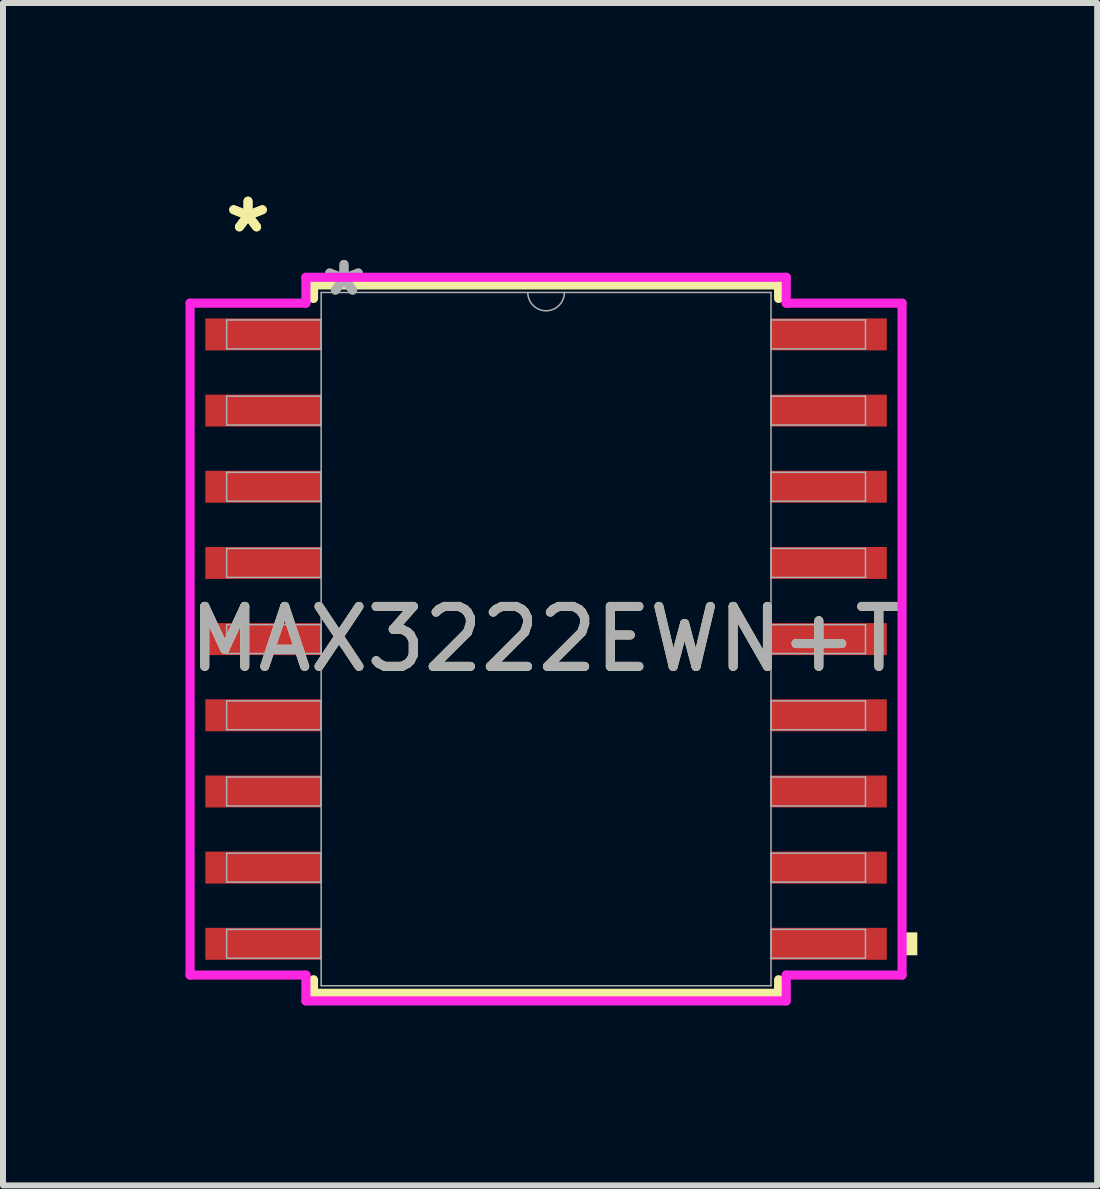
<source format=kicad_pcb>
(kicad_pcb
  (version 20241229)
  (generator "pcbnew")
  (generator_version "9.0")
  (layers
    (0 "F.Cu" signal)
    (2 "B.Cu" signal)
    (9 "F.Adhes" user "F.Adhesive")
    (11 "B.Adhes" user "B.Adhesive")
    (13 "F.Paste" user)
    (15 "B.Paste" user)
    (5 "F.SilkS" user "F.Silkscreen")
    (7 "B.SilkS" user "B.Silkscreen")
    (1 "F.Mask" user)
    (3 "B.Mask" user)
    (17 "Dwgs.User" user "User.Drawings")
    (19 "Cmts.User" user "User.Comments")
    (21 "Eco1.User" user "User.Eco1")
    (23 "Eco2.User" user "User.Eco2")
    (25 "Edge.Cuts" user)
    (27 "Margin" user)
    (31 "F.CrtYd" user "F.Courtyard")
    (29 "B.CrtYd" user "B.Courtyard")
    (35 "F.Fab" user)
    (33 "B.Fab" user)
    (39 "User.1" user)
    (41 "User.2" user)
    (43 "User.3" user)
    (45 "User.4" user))
  (footprint "MAX3222EWN+T"
    (layer "F.Cu")
    (at 6.054 7.605)
    (property "Reference" "MAX3222EWN+T" (at 0 0 0) (unlocked yes) (layer "F.SilkS") (effects (font (size 1 1) (thickness 0.15))))
    (attr smd)
    (fp_line (start -3.877 -5.905) (end -3.877 -5.679) (stroke (width 0.152) (type solid)) (layer "F.SilkS"))
    (fp_line (start -3.877 5.679) (end -3.877 5.905) (stroke (width 0.152) (type solid)) (layer "F.SilkS"))
    (fp_line (start -3.877 5.905) (end 3.877 5.905) (stroke (width 0.152) (type solid)) (layer "F.SilkS"))
    (fp_line (start 3.877 -5.905) (end -3.877 -5.905) (stroke (width 0.152) (type solid)) (layer "F.SilkS"))
    (fp_line (start 3.877 -5.679) (end 3.877 -5.905) (stroke (width 0.152) (type solid)) (layer "F.SilkS"))
    (fp_line (start 3.877 5.905) (end 3.877 5.679) (stroke (width 0.152) (type solid)) (layer "F.SilkS"))
    (fp_poly (pts (xy 6.189 4.889) (xy 6.189 5.271) (xy 5.935 5.271) (xy 5.935 4.889)) (stroke (width 0) (type solid)) (fill yes) (layer "F.SilkS"))
    (fp_line (start -5.935 -5.601) (end -4.004 -5.601) (stroke (width 0.152) (type solid)) (layer "F.CrtYd"))
    (fp_line (start -5.935 5.601) (end -5.935 -5.601) (stroke (width 0.152) (type solid)) (layer "F.CrtYd"))
    (fp_line (start -5.935 5.601) (end -4.004 5.601) (stroke (width 0.152) (type solid)) (layer "F.CrtYd"))
    (fp_line (start -4.004 -6.032) (end 4.004 -6.032) (stroke (width 0.152) (type solid)) (layer "F.CrtYd"))
    (fp_line (start -4.004 -5.601) (end -4.004 -6.032) (stroke (width 0.152) (type solid)) (layer "F.CrtYd"))
    (fp_line (start -4.004 6.032) (end -4.004 5.601) (stroke (width 0.152) (type solid)) (layer "F.CrtYd"))
    (fp_line (start 4.004 -6.032) (end 4.004 -5.601) (stroke (width 0.152) (type solid)) (layer "F.CrtYd"))
    (fp_line (start 4.004 5.601) (end 4.004 6.032) (stroke (width 0.152) (type solid)) (layer "F.CrtYd"))
    (fp_line (start 4.004 6.032) (end -4.004 6.032) (stroke (width 0.152) (type solid)) (layer "F.CrtYd"))
    (fp_line (start 5.935 -5.601) (end 4.004 -5.601) (stroke (width 0.152) (type solid)) (layer "F.CrtYd"))
    (fp_line (start 5.935 -5.601) (end 5.935 5.601) (stroke (width 0.152) (type solid)) (layer "F.CrtYd"))
    (fp_line (start 5.935 5.601) (end 4.004 5.601) (stroke (width 0.152) (type solid)) (layer "F.CrtYd"))
    (fp_line (start -5.325 -5.321) (end -5.325 -4.839) (stroke (width 0.025) (type solid)) (layer "F.Fab"))
    (fp_line (start -5.325 -4.839) (end -3.75 -4.839) (stroke (width 0.025) (type solid)) (layer "F.Fab"))
    (fp_line (start -5.325 -4.051) (end -5.325 -3.569) (stroke (width 0.025) (type solid)) (layer "F.Fab"))
    (fp_line (start -5.325 -3.569) (end -3.75 -3.569) (stroke (width 0.025) (type solid)) (layer "F.Fab"))
    (fp_line (start -5.325 -2.781) (end -5.325 -2.299) (stroke (width 0.025) (type solid)) (layer "F.Fab"))
    (fp_line (start -5.325 -2.299) (end -3.75 -2.299) (stroke (width 0.025) (type solid)) (layer "F.Fab"))
    (fp_line (start -5.325 -1.511) (end -5.325 -1.029) (stroke (width 0.025) (type solid)) (layer "F.Fab"))
    (fp_line (start -5.325 -1.029) (end -3.75 -1.029) (stroke (width 0.025) (type solid)) (layer "F.Fab"))
    (fp_line (start -5.325 -0.241) (end -5.325 0.241) (stroke (width 0.025) (type solid)) (layer "F.Fab"))
    (fp_line (start -5.325 0.241) (end -3.75 0.241) (stroke (width 0.025) (type solid)) (layer "F.Fab"))
    (fp_line (start -5.325 1.029) (end -5.325 1.511) (stroke (width 0.025) (type solid)) (layer "F.Fab"))
    (fp_line (start -5.325 1.511) (end -3.75 1.511) (stroke (width 0.025) (type solid)) (layer "F.Fab"))
    (fp_line (start -5.325 2.299) (end -5.325 2.781) (stroke (width 0.025) (type solid)) (layer "F.Fab"))
    (fp_line (start -5.325 2.781) (end -3.75 2.781) (stroke (width 0.025) (type solid)) (layer "F.Fab"))
    (fp_line (start -5.325 3.569) (end -5.325 4.051) (stroke (width 0.025) (type solid)) (layer "F.Fab"))
    (fp_line (start -5.325 4.051) (end -3.75 4.051) (stroke (width 0.025) (type solid)) (layer "F.Fab"))
    (fp_line (start -5.325 4.839) (end -5.325 5.321) (stroke (width 0.025) (type solid)) (layer "F.Fab"))
    (fp_line (start -5.325 5.321) (end -3.75 5.321) (stroke (width 0.025) (type solid)) (layer "F.Fab"))
    (fp_line (start -3.75 -5.779) (end -3.75 5.779) (stroke (width 0.025) (type solid)) (layer "F.Fab"))
    (fp_line (start -3.75 -5.321) (end -5.325 -5.321) (stroke (width 0.025) (type solid)) (layer "F.Fab"))
    (fp_line (start -3.75 -4.839) (end -3.75 -5.321) (stroke (width 0.025) (type solid)) (layer "F.Fab"))
    (fp_line (start -3.75 -4.051) (end -5.325 -4.051) (stroke (width 0.025) (type solid)) (layer "F.Fab"))
    (fp_line (start -3.75 -3.569) (end -3.75 -4.051) (stroke (width 0.025) (type solid)) (layer "F.Fab"))
    (fp_line (start -3.75 -2.781) (end -5.325 -2.781) (stroke (width 0.025) (type solid)) (layer "F.Fab"))
    (fp_line (start -3.75 -2.299) (end -3.75 -2.781) (stroke (width 0.025) (type solid)) (layer "F.Fab"))
    (fp_line (start -3.75 -1.511) (end -5.325 -1.511) (stroke (width 0.025) (type solid)) (layer "F.Fab"))
    (fp_line (start -3.75 -1.029) (end -3.75 -1.511) (stroke (width 0.025) (type solid)) (layer "F.Fab"))
    (fp_line (start -3.75 -0.241) (end -5.325 -0.241) (stroke (width 0.025) (type solid)) (layer "F.Fab"))
    (fp_line (start -3.75 0.241) (end -3.75 -0.241) (stroke (width 0.025) (type solid)) (layer "F.Fab"))
    (fp_line (start -3.75 1.029) (end -5.325 1.029) (stroke (width 0.025) (type solid)) (layer "F.Fab"))
    (fp_line (start -3.75 1.511) (end -3.75 1.029) (stroke (width 0.025) (type solid)) (layer "F.Fab"))
    (fp_line (start -3.75 2.299) (end -5.325 2.299) (stroke (width 0.025) (type solid)) (layer "F.Fab"))
    (fp_line (start -3.75 2.781) (end -3.75 2.299) (stroke (width 0.025) (type solid)) (layer "F.Fab"))
    (fp_line (start -3.75 3.569) (end -5.325 3.569) (stroke (width 0.025) (type solid)) (layer "F.Fab"))
    (fp_line (start -3.75 4.051) (end -3.75 3.569) (stroke (width 0.025) (type solid)) (layer "F.Fab"))
    (fp_line (start -3.75 4.839) (end -5.325 4.839) (stroke (width 0.025) (type solid)) (layer "F.Fab"))
    (fp_line (start -3.75 5.321) (end -3.75 4.839) (stroke (width 0.025) (type solid)) (layer "F.Fab"))
    (fp_line (start -3.75 5.779) (end 3.75 5.779) (stroke (width 0.025) (type solid)) (layer "F.Fab"))
    (fp_line (start 3.75 -5.779) (end -3.75 -5.779) (stroke (width 0.025) (type solid)) (layer "F.Fab"))
    (fp_line (start 3.75 -5.321) (end 3.75 -4.839) (stroke (width 0.025) (type solid)) (layer "F.Fab"))
    (fp_line (start 3.75 -4.839) (end 5.325 -4.839) (stroke (width 0.025) (type solid)) (layer "F.Fab"))
    (fp_line (start 3.75 -4.051) (end 3.75 -3.569) (stroke (width 0.025) (type solid)) (layer "F.Fab"))
    (fp_line (start 3.75 -3.569) (end 5.325 -3.569) (stroke (width 0.025) (type solid)) (layer "F.Fab"))
    (fp_line (start 3.75 -2.781) (end 3.75 -2.299) (stroke (width 0.025) (type solid)) (layer "F.Fab"))
    (fp_line (start 3.75 -2.299) (end 5.325 -2.299) (stroke (width 0.025) (type solid)) (layer "F.Fab"))
    (fp_line (start 3.75 -1.511) (end 3.75 -1.029) (stroke (width 0.025) (type solid)) (layer "F.Fab"))
    (fp_line (start 3.75 -1.029) (end 5.325 -1.029) (stroke (width 0.025) (type solid)) (layer "F.Fab"))
    (fp_line (start 3.75 -0.241) (end 3.75 0.241) (stroke (width 0.025) (type solid)) (layer "F.Fab"))
    (fp_line (start 3.75 0.241) (end 5.325 0.241) (stroke (width 0.025) (type solid)) (layer "F.Fab"))
    (fp_line (start 3.75 1.029) (end 3.75 1.511) (stroke (width 0.025) (type solid)) (layer "F.Fab"))
    (fp_line (start 3.75 1.511) (end 5.325 1.511) (stroke (width 0.025) (type solid)) (layer "F.Fab"))
    (fp_line (start 3.75 2.299) (end 3.75 2.781) (stroke (width 0.025) (type solid)) (layer "F.Fab"))
    (fp_line (start 3.75 2.781) (end 5.325 2.781) (stroke (width 0.025) (type solid)) (layer "F.Fab"))
    (fp_line (start 3.75 3.569) (end 3.75 4.051) (stroke (width 0.025) (type solid)) (layer "F.Fab"))
    (fp_line (start 3.75 4.051) (end 5.325 4.051) (stroke (width 0.025) (type solid)) (layer "F.Fab"))
    (fp_line (start 3.75 4.839) (end 3.75 5.321) (stroke (width 0.025) (type solid)) (layer "F.Fab"))
    (fp_line (start 3.75 5.321) (end 5.325 5.321) (stroke (width 0.025) (type solid)) (layer "F.Fab"))
    (fp_line (start 3.75 5.779) (end 3.75 -5.779) (stroke (width 0.025) (type solid)) (layer "F.Fab"))
    (fp_line (start 5.325 -5.321) (end 3.75 -5.321) (stroke (width 0.025) (type solid)) (layer "F.Fab"))
    (fp_line (start 5.325 -4.839) (end 5.325 -5.321) (stroke (width 0.025) (type solid)) (layer "F.Fab"))
    (fp_line (start 5.325 -4.051) (end 3.75 -4.051) (stroke (width 0.025) (type solid)) (layer "F.Fab"))
    (fp_line (start 5.325 -3.569) (end 5.325 -4.051) (stroke (width 0.025) (type solid)) (layer "F.Fab"))
    (fp_line (start 5.325 -2.781) (end 3.75 -2.781) (stroke (width 0.025) (type solid)) (layer "F.Fab"))
    (fp_line (start 5.325 -2.299) (end 5.325 -2.781) (stroke (width 0.025) (type solid)) (layer "F.Fab"))
    (fp_line (start 5.325 -1.511) (end 3.75 -1.511) (stroke (width 0.025) (type solid)) (layer "F.Fab"))
    (fp_line (start 5.325 -1.029) (end 5.325 -1.511) (stroke (width 0.025) (type solid)) (layer "F.Fab"))
    (fp_line (start 5.325 -0.241) (end 3.75 -0.241) (stroke (width 0.025) (type solid)) (layer "F.Fab"))
    (fp_line (start 5.325 0.241) (end 5.325 -0.241) (stroke (width 0.025) (type solid)) (layer "F.Fab"))
    (fp_line (start 5.325 1.029) (end 3.75 1.029) (stroke (width 0.025) (type solid)) (layer "F.Fab"))
    (fp_line (start 5.325 1.511) (end 5.325 1.029) (stroke (width 0.025) (type solid)) (layer "F.Fab"))
    (fp_line (start 5.325 2.299) (end 3.75 2.299) (stroke (width 0.025) (type solid)) (layer "F.Fab"))
    (fp_line (start 5.325 2.781) (end 5.325 2.299) (stroke (width 0.025) (type solid)) (layer "F.Fab"))
    (fp_line (start 5.325 3.569) (end 3.75 3.569) (stroke (width 0.025) (type solid)) (layer "F.Fab"))
    (fp_line (start 5.325 4.051) (end 5.325 3.569) (stroke (width 0.025) (type solid)) (layer "F.Fab"))
    (fp_line (start 5.325 4.839) (end 3.75 4.839) (stroke (width 0.025) (type solid)) (layer "F.Fab"))
    (fp_line (start 5.325 5.321) (end 5.325 4.839) (stroke (width 0.025) (type solid)) (layer "F.Fab"))
    (fp_arc (start 0.3048 -5.7785) (mid 0 -5.4737) (end -0.3048 -5.7785) (stroke (width 0.0254) (type solid)) (layer "F.Fab"))
    (fp_text user "*" (at -4.969 -6.756 0) (layer "F.SilkS") (effects (font (size 1 1) (thickness 0.15))))
    (fp_text user "*" (at -4.969 -6.756 0) (unlocked yes) (layer "F.SilkS") (effects (font (size 1 1) (thickness 0.15))))
    (fp_text user "*" (at -3.369 -5.702 0) (layer "F.Fab") (effects (font (size 1 1) (thickness 0.15))))
    (fp_text user "*" (at -3.369 -5.702 0) (unlocked yes) (layer "F.Fab") (effects (font (size 1 1) (thickness 0.15))))
    (fp_text user "${REFERENCE}" (at 0 0 0) (unlocked yes) (layer "F.Fab") (effects (font (size 1 1) (thickness 0.15))))
    (pad "1" smd rect (at -4.715 -5.08) (size 1.931 0.533) (layers "F.Cu" "F.Mask" "F.Paste"))
    (pad "2" smd rect (at -4.715 -3.81) (size 1.931 0.533) (layers "F.Cu" "F.Mask" "F.Paste"))
    (pad "3" smd rect (at -4.715 -2.54) (size 1.931 0.533) (layers "F.Cu" "F.Mask" "F.Paste"))
    (pad "4" smd rect (at -4.715 -1.27) (size 1.931 0.533) (layers "F.Cu" "F.Mask" "F.Paste"))
    (pad "5" smd rect (at -4.715 0) (size 1.931 0.533) (layers "F.Cu" "F.Mask" "F.Paste"))
    (pad "6" smd rect (at -4.715 1.27) (size 1.931 0.533) (layers "F.Cu" "F.Mask" "F.Paste"))
    (pad "7" smd rect (at -4.715 2.54) (size 1.931 0.533) (layers "F.Cu" "F.Mask" "F.Paste"))
    (pad "8" smd rect (at -4.715 3.81) (size 1.931 0.533) (layers "F.Cu" "F.Mask" "F.Paste"))
    (pad "9" smd rect (at -4.715 5.08) (size 1.931 0.533) (layers "F.Cu" "F.Mask" "F.Paste"))
    (pad "10" smd rect (at 4.715 5.08) (size 1.931 0.533) (layers "F.Cu" "F.Mask" "F.Paste"))
    (pad "11" smd rect (at 4.715 3.81) (size 1.931 0.533) (layers "F.Cu" "F.Mask" "F.Paste"))
    (pad "12" smd rect (at 4.715 2.54) (size 1.931 0.533) (layers "F.Cu" "F.Mask" "F.Paste"))
    (pad "13" smd rect (at 4.715 1.27) (size 1.931 0.533) (layers "F.Cu" "F.Mask" "F.Paste"))
    (pad "14" smd rect (at 4.715 0) (size 1.931 0.533) (layers "F.Cu" "F.Mask" "F.Paste"))
    (pad "15" smd rect (at 4.715 -1.27) (size 1.931 0.533) (layers "F.Cu" "F.Mask" "F.Paste"))
    (pad "16" smd rect (at 4.715 -2.54) (size 1.931 0.533) (layers "F.Cu" "F.Mask" "F.Paste"))
    (pad "17" smd rect (at 4.715 -3.81) (size 1.931 0.533) (layers "F.Cu" "F.Mask" "F.Paste"))
    (pad "18" smd rect (at 4.715 -5.08) (size 1.931 0.533) (layers "F.Cu" "F.Mask" "F.Paste")))
  (gr_rect
    (start -3 -3)
    (end 15.242 16.713)
    (stroke (width 0.1) (type default))
    (fill no)
    (layer "Edge.Cuts")))
</source>
